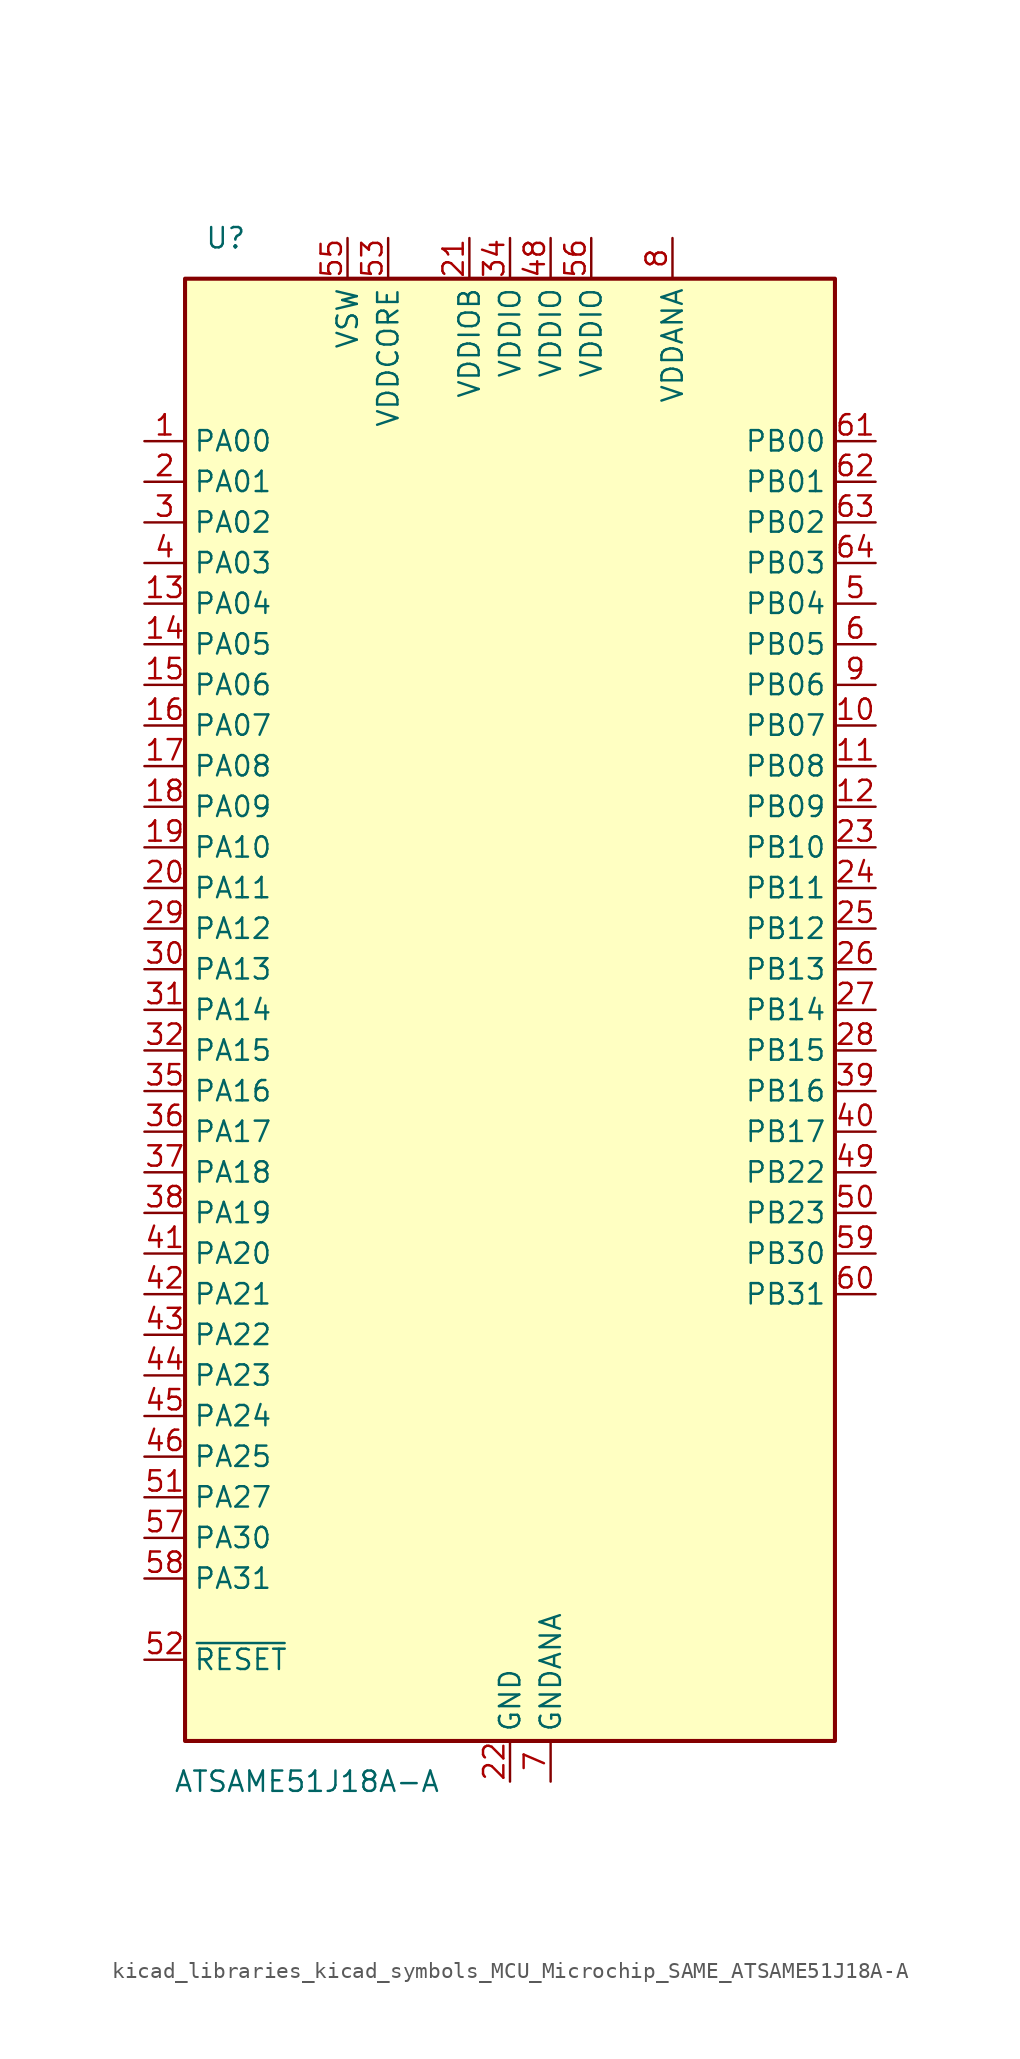
<source format=kicad_sym>
(kicad_symbol_lib
  (version 20220914)
  (generator kicad_symbol_editor)
  (symbol "kicad_libraries_kicad_symbols_MCU_Microchip_SAME_ATSAME51J18A-A"
    (property "Reference" "U"
      (at -17.78 48.26 0)
      (effects (font (size 1.27 1.27))))
    (property "Value" "ATSAME51J18A-A"
      (at -12.7 -48.26 0)
      (effects (font (size 1.27 1.27))))
    (symbol "kicad_libraries_kicad_symbols_MCU_Microchip_SAME_ATSAME51J18A-A_0_1"
      (rectangle (start -20.32 45.72) (end 20.32 -45.72) (stroke (width 0.254) (type default)) (fill (type background))))
    (symbol "kicad_libraries_kicad_symbols_MCU_Microchip_SAME_ATSAME51J18A-A_1_0"
      (pin bidirectional line (at 22.86 27.94 180) (length 2.54) (name "PB03" (effects (font (size 1.27 1.27)))) (number "64" (effects (font (size 1.27 1.27))))))
    (symbol "kicad_libraries_kicad_symbols_MCU_Microchip_SAME_ATSAME51J18A-A_1_1"
      (pin bidirectional line (at -22.86 35.56 0) (length 2.54) (name "PA00" (effects (font (size 1.27 1.27)))) (number "1" (effects (font (size 1.27 1.27)))))
      (pin bidirectional line (at 22.86 17.78 180) (length 2.54) (name "PB07" (effects (font (size 1.27 1.27)))) (number "10" (effects (font (size 1.27 1.27)))))
      (pin bidirectional line (at 22.86 15.24 180) (length 2.54) (name "PB08" (effects (font (size 1.27 1.27)))) (number "11" (effects (font (size 1.27 1.27)))))
      (pin bidirectional line (at 22.86 12.7 180) (length 2.54) (name "PB09" (effects (font (size 1.27 1.27)))) (number "12" (effects (font (size 1.27 1.27)))))
      (pin bidirectional line (at -22.86 25.4 0) (length 2.54) (name "PA04" (effects (font (size 1.27 1.27)))) (number "13" (effects (font (size 1.27 1.27)))))
      (pin bidirectional line (at -22.86 22.86 0) (length 2.54) (name "PA05" (effects (font (size 1.27 1.27)))) (number "14" (effects (font (size 1.27 1.27)))))
      (pin bidirectional line (at -22.86 20.32 0) (length 2.54) (name "PA06" (effects (font (size 1.27 1.27)))) (number "15" (effects (font (size 1.27 1.27)))))
      (pin bidirectional line (at -22.86 17.78 0) (length 2.54) (name "PA07" (effects (font (size 1.27 1.27)))) (number "16" (effects (font (size 1.27 1.27)))))
      (pin bidirectional line (at -22.86 15.24 0) (length 2.54) (name "PA08" (effects (font (size 1.27 1.27)))) (number "17" (effects (font (size 1.27 1.27)))))
      (pin bidirectional line (at -22.86 12.7 0) (length 2.54) (name "PA09" (effects (font (size 1.27 1.27)))) (number "18" (effects (font (size 1.27 1.27)))))
      (pin bidirectional line (at -22.86 10.16 0) (length 2.54) (name "PA10" (effects (font (size 1.27 1.27)))) (number "19" (effects (font (size 1.27 1.27)))))
      (pin bidirectional line (at -22.86 33.02 0) (length 2.54) (name "PA01" (effects (font (size 1.27 1.27)))) (number "2" (effects (font (size 1.27 1.27)))))
      (pin bidirectional line (at -22.86 7.62 0) (length 2.54) (name "PA11" (effects (font (size 1.27 1.27)))) (number "20" (effects (font (size 1.27 1.27)))))
      (pin power_in line (at -2.54 48.26 270) (length 2.54) (name "VDDIOB" (effects (font (size 1.27 1.27)))) (number "21" (effects (font (size 1.27 1.27)))))
      (pin power_in line (at 0 -48.26 90) (length 2.54) (name "GND" (effects (font (size 1.27 1.27)))) (number "22" (effects (font (size 1.27 1.27)))))
      (pin bidirectional line (at 22.86 10.16 180) (length 2.54) (name "PB10" (effects (font (size 1.27 1.27)))) (number "23" (effects (font (size 1.27 1.27)))))
      (pin bidirectional line (at 22.86 7.62 180) (length 2.54) (name "PB11" (effects (font (size 1.27 1.27)))) (number "24" (effects (font (size 1.27 1.27)))))
      (pin bidirectional line (at 22.86 5.08 180) (length 2.54) (name "PB12" (effects (font (size 1.27 1.27)))) (number "25" (effects (font (size 1.27 1.27)))))
      (pin bidirectional line (at 22.86 2.54 180) (length 2.54) (name "PB13" (effects (font (size 1.27 1.27)))) (number "26" (effects (font (size 1.27 1.27)))))
      (pin bidirectional line (at 22.86 0 180) (length 2.54) (name "PB14" (effects (font (size 1.27 1.27)))) (number "27" (effects (font (size 1.27 1.27)))))
      (pin bidirectional line (at 22.86 -2.54 180) (length 2.54) (name "PB15" (effects (font (size 1.27 1.27)))) (number "28" (effects (font (size 1.27 1.27)))))
      (pin bidirectional line (at -22.86 5.08 0) (length 2.54) (name "PA12" (effects (font (size 1.27 1.27)))) (number "29" (effects (font (size 1.27 1.27)))))
      (pin bidirectional line (at -22.86 30.48 0) (length 2.54) (name "PA02" (effects (font (size 1.27 1.27)))) (number "3" (effects (font (size 1.27 1.27)))))
      (pin bidirectional line (at -22.86 2.54 0) (length 2.54) (name "PA13" (effects (font (size 1.27 1.27)))) (number "30" (effects (font (size 1.27 1.27)))))
      (pin bidirectional line (at -22.86 0 0) (length 2.54) (name "PA14" (effects (font (size 1.27 1.27)))) (number "31" (effects (font (size 1.27 1.27)))))
      (pin bidirectional line (at -22.86 -2.54 0) (length 2.54) (name "PA15" (effects (font (size 1.27 1.27)))) (number "32" (effects (font (size 1.27 1.27)))))
      (pin passive line (at 0 -48.26 90) (length 2.54) hide (name "GND" (effects (font (size 1.27 1.27)))) (number "33" (effects (font (size 1.27 1.27)))))
      (pin power_in line (at 0 48.26 270) (length 2.54) (name "VDDIO" (effects (font (size 1.27 1.27)))) (number "34" (effects (font (size 1.27 1.27)))))
      (pin bidirectional line (at -22.86 -5.08 0) (length 2.54) (name "PA16" (effects (font (size 1.27 1.27)))) (number "35" (effects (font (size 1.27 1.27)))))
      (pin bidirectional line (at -22.86 -7.62 0) (length 2.54) (name "PA17" (effects (font (size 1.27 1.27)))) (number "36" (effects (font (size 1.27 1.27)))))
      (pin bidirectional line (at -22.86 -10.16 0) (length 2.54) (name "PA18" (effects (font (size 1.27 1.27)))) (number "37" (effects (font (size 1.27 1.27)))))
      (pin bidirectional line (at -22.86 -12.7 0) (length 2.54) (name "PA19" (effects (font (size 1.27 1.27)))) (number "38" (effects (font (size 1.27 1.27)))))
      (pin bidirectional line (at 22.86 -5.08 180) (length 2.54) (name "PB16" (effects (font (size 1.27 1.27)))) (number "39" (effects (font (size 1.27 1.27)))))
      (pin bidirectional line (at -22.86 27.94 0) (length 2.54) (name "PA03" (effects (font (size 1.27 1.27)))) (number "4" (effects (font (size 1.27 1.27)))))
      (pin bidirectional line (at 22.86 -7.62 180) (length 2.54) (name "PB17" (effects (font (size 1.27 1.27)))) (number "40" (effects (font (size 1.27 1.27)))))
      (pin bidirectional line (at -22.86 -15.24 0) (length 2.54) (name "PA20" (effects (font (size 1.27 1.27)))) (number "41" (effects (font (size 1.27 1.27)))))
      (pin bidirectional line (at -22.86 -17.78 0) (length 2.54) (name "PA21" (effects (font (size 1.27 1.27)))) (number "42" (effects (font (size 1.27 1.27)))))
      (pin bidirectional line (at -22.86 -20.32 0) (length 2.54) (name "PA22" (effects (font (size 1.27 1.27)))) (number "43" (effects (font (size 1.27 1.27)))))
      (pin bidirectional line (at -22.86 -22.86 0) (length 2.54) (name "PA23" (effects (font (size 1.27 1.27)))) (number "44" (effects (font (size 1.27 1.27)))))
      (pin bidirectional line (at -22.86 -25.4 0) (length 2.54) (name "PA24" (effects (font (size 1.27 1.27)))) (number "45" (effects (font (size 1.27 1.27)))))
      (pin bidirectional line (at -22.86 -27.94 0) (length 2.54) (name "PA25" (effects (font (size 1.27 1.27)))) (number "46" (effects (font (size 1.27 1.27)))))
      (pin passive line (at 0 -48.26 90) (length 2.54) hide (name "GND" (effects (font (size 1.27 1.27)))) (number "47" (effects (font (size 1.27 1.27)))))
      (pin power_in line (at 2.54 48.26 270) (length 2.54) (name "VDDIO" (effects (font (size 1.27 1.27)))) (number "48" (effects (font (size 1.27 1.27)))))
      (pin bidirectional line (at 22.86 -10.16 180) (length 2.54) (name "PB22" (effects (font (size 1.27 1.27)))) (number "49" (effects (font (size 1.27 1.27)))))
      (pin bidirectional line (at 22.86 25.4 180) (length 2.54) (name "PB04" (effects (font (size 1.27 1.27)))) (number "5" (effects (font (size 1.27 1.27)))))
      (pin bidirectional line (at 22.86 -12.7 180) (length 2.54) (name "PB23" (effects (font (size 1.27 1.27)))) (number "50" (effects (font (size 1.27 1.27)))))
      (pin bidirectional line (at -22.86 -30.48 0) (length 2.54) (name "PA27" (effects (font (size 1.27 1.27)))) (number "51" (effects (font (size 1.27 1.27)))))
      (pin input line (at -22.86 -40.64 0) (length 2.54) (name "~{RESET}" (effects (font (size 1.27 1.27)))) (number "52" (effects (font (size 1.27 1.27)))))
      (pin power_out line (at -7.62 48.26 270) (length 2.54) (name "VDDCORE" (effects (font (size 1.27 1.27)))) (number "53" (effects (font (size 1.27 1.27)))))
      (pin passive line (at 0 -48.26 90) (length 2.54) hide (name "GND" (effects (font (size 1.27 1.27)))) (number "54" (effects (font (size 1.27 1.27)))))
      (pin power_in line (at -10.16 48.26 270) (length 2.54) (name "VSW" (effects (font (size 1.27 1.27)))) (number "55" (effects (font (size 1.27 1.27)))))
      (pin power_in line (at 5.08 48.26 270) (length 2.54) (name "VDDIO" (effects (font (size 1.27 1.27)))) (number "56" (effects (font (size 1.27 1.27)))))
      (pin bidirectional line (at -22.86 -33.02 0) (length 2.54) (name "PA30" (effects (font (size 1.27 1.27)))) (number "57" (effects (font (size 1.27 1.27)))))
      (pin bidirectional line (at -22.86 -35.56 0) (length 2.54) (name "PA31" (effects (font (size 1.27 1.27)))) (number "58" (effects (font (size 1.27 1.27)))))
      (pin bidirectional line (at 22.86 -15.24 180) (length 2.54) (name "PB30" (effects (font (size 1.27 1.27)))) (number "59" (effects (font (size 1.27 1.27)))))
      (pin bidirectional line (at 22.86 22.86 180) (length 2.54) (name "PB05" (effects (font (size 1.27 1.27)))) (number "6" (effects (font (size 1.27 1.27)))))
      (pin bidirectional line (at 22.86 -17.78 180) (length 2.54) (name "PB31" (effects (font (size 1.27 1.27)))) (number "60" (effects (font (size 1.27 1.27)))))
      (pin bidirectional line (at 22.86 35.56 180) (length 2.54) (name "PB00" (effects (font (size 1.27 1.27)))) (number "61" (effects (font (size 1.27 1.27)))))
      (pin bidirectional line (at 22.86 33.02 180) (length 2.54) (name "PB01" (effects (font (size 1.27 1.27)))) (number "62" (effects (font (size 1.27 1.27)))))
      (pin bidirectional line (at 22.86 30.48 180) (length 2.54) (name "PB02" (effects (font (size 1.27 1.27)))) (number "63" (effects (font (size 1.27 1.27)))))
      (pin power_in line (at 2.54 -48.26 90) (length 2.54) (name "GNDANA" (effects (font (size 1.27 1.27)))) (number "7" (effects (font (size 1.27 1.27)))))
      (pin power_in line (at 10.16 48.26 270) (length 2.54) (name "VDDANA" (effects (font (size 1.27 1.27)))) (number "8" (effects (font (size 1.27 1.27)))))
      (pin bidirectional line (at 22.86 20.32 180) (length 2.54) (name "PB06" (effects (font (size 1.27 1.27)))) (number "9" (effects (font (size 1.27 1.27))))))))
</source>
